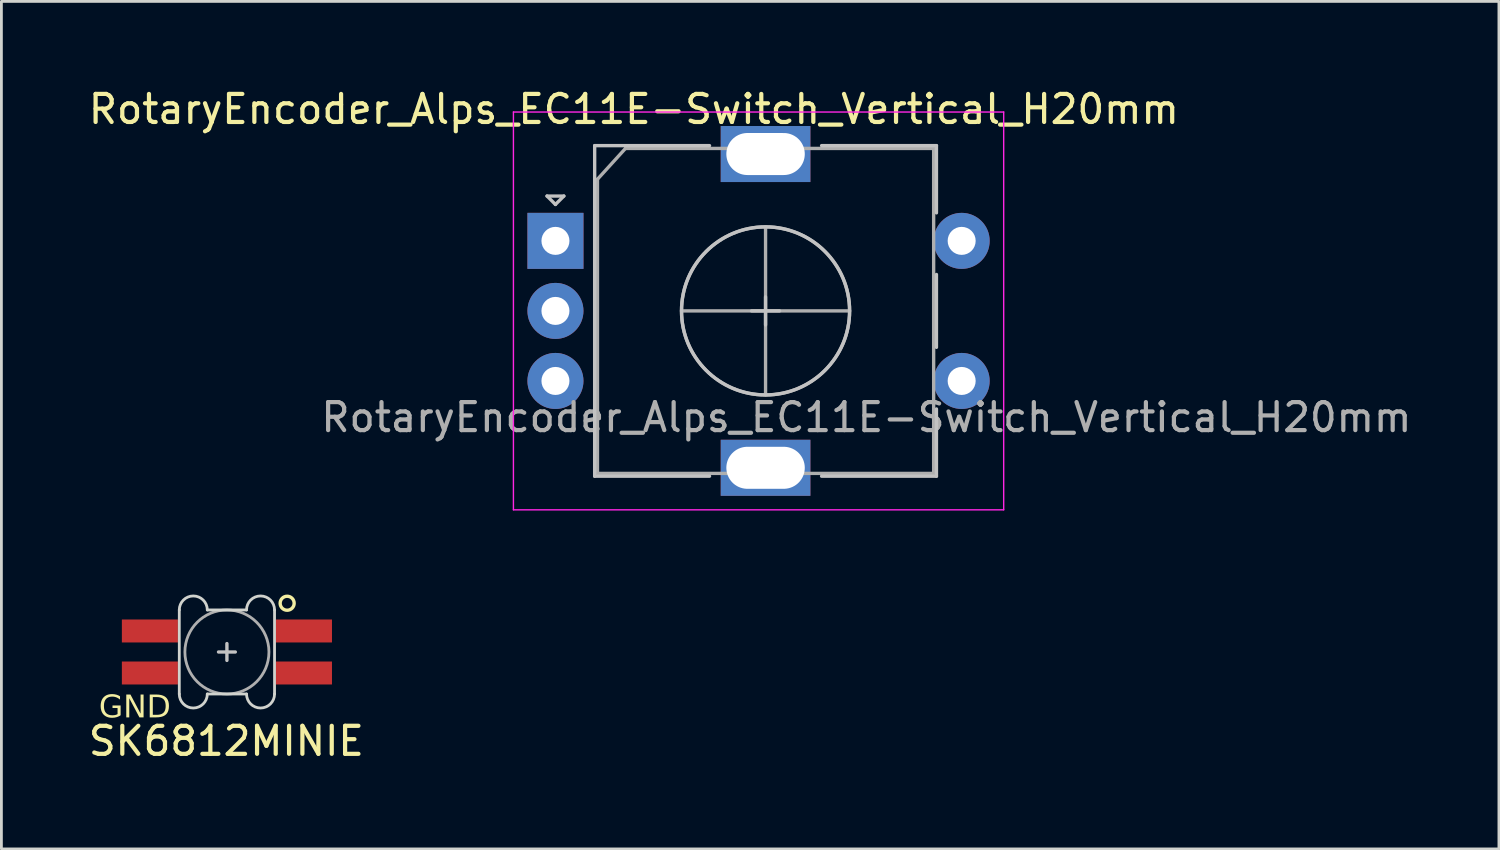
<source format=kicad_pcb>
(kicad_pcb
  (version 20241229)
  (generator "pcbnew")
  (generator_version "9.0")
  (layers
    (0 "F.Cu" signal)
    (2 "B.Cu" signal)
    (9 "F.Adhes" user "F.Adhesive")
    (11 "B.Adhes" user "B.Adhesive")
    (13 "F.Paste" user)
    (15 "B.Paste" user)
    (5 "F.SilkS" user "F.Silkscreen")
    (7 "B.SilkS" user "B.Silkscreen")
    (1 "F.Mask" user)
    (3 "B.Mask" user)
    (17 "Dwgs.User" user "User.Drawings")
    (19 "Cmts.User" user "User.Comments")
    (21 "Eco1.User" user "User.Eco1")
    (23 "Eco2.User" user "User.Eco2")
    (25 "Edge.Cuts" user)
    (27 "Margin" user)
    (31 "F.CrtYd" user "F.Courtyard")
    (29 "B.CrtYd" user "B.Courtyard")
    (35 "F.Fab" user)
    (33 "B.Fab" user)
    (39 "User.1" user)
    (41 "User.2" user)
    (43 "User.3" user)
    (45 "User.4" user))
  (footprint "RotaryEncoder_Alps_EC11E-Switch_Vertical_H20mm"
    (layer "F.Cu")
    (at 16.777 5.548)
    (property "Reference" "RotaryEncoder_Alps_EC11E-Switch_Vertical_H20mm" (at 2.8 -4.7 0) (layer "F.SilkS") (effects (font (size 1 1) (thickness 0.15))))
    (attr through_hole)
    (fp_line (start -0.3 -1.6) (end 0.3 -1.6) (stroke (width 0.12) (type solid)) (layer "Dwgs.User"))
    (fp_line (start 0 -1.3) (end -0.3 -1.6) (stroke (width 0.12) (type solid)) (layer "Dwgs.User"))
    (fp_line (start 0.3 -1.6) (end 0 -1.3) (stroke (width 0.12) (type solid)) (layer "Dwgs.User"))
    (fp_line (start 1.4 -3.4) (end 1.4 8.4) (stroke (width 0.12) (type solid)) (layer "Dwgs.User"))
    (fp_line (start 5.5 -3.4) (end 1.4 -3.4) (stroke (width 0.12) (type solid)) (layer "Dwgs.User"))
    (fp_line (start 5.5 8.4) (end 1.4 8.4) (stroke (width 0.12) (type solid)) (layer "Dwgs.User"))
    (fp_line (start 7 2.5) (end 8 2.5) (stroke (width 0.12) (type solid)) (layer "Dwgs.User"))
    (fp_line (start 7.5 2) (end 7.5 3) (stroke (width 0.12) (type solid)) (layer "Dwgs.User"))
    (fp_line (start 9.5 -3.4) (end 13.6 -3.4) (stroke (width 0.12) (type solid)) (layer "Dwgs.User"))
    (fp_line (start 13.6 -3.4) (end 13.6 -1) (stroke (width 0.12) (type solid)) (layer "Dwgs.User"))
    (fp_line (start 13.6 1.2) (end 13.6 3.8) (stroke (width 0.12) (type solid)) (layer "Dwgs.User"))
    (fp_line (start 13.6 6) (end 13.6 8.4) (stroke (width 0.12) (type solid)) (layer "Dwgs.User"))
    (fp_line (start 13.6 8.4) (end 9.5 8.4) (stroke (width 0.12) (type solid)) (layer "Dwgs.User"))
    (fp_circle (center 7.5 2.5) (end 10.5 2.5) (stroke (width 0.12) (type solid)) (fill no) (layer "Dwgs.User"))
    (fp_line (start -1.5 -4.6) (end -1.5 9.6) (stroke (width 0.05) (type solid)) (layer "F.CrtYd"))
    (fp_line (start -1.5 -4.6) (end 16 -4.6) (stroke (width 0.05) (type solid)) (layer "F.CrtYd"))
    (fp_line (start 16 9.6) (end -1.5 9.6) (stroke (width 0.05) (type solid)) (layer "F.CrtYd"))
    (fp_line (start 16 9.6) (end 16 -4.6) (stroke (width 0.05) (type solid)) (layer "F.CrtYd"))
    (fp_line (start 1.5 -2.2) (end 2.5 -3.3) (stroke (width 0.12) (type solid)) (layer "F.Fab"))
    (fp_line (start 1.5 8.3) (end 1.5 -2.2) (stroke (width 0.12) (type solid)) (layer "F.Fab"))
    (fp_line (start 2.5 -3.3) (end 13.5 -3.3) (stroke (width 0.12) (type solid)) (layer "F.Fab"))
    (fp_line (start 4.5 2.5) (end 10.5 2.5) (stroke (width 0.12) (type solid)) (layer "F.Fab"))
    (fp_line (start 7.5 -0.5) (end 7.5 5.5) (stroke (width 0.12) (type solid)) (layer "F.Fab"))
    (fp_line (start 13.5 -3.3) (end 13.5 8.3) (stroke (width 0.12) (type solid)) (layer "F.Fab"))
    (fp_line (start 13.5 8.3) (end 1.5 8.3) (stroke (width 0.12) (type solid)) (layer "F.Fab"))
    (fp_circle (center 7.5 2.5) (end 10.5 2.5) (stroke (width 0.12) (type solid)) (fill no) (layer "F.Fab"))
    (fp_text user "${REFERENCE}" (at 11.1 6.3 0) (layer "F.Fab") (effects (font (size 1 1) (thickness 0.15))))
    (pad "A" thru_hole rect (at 0 0) (size 2 2) (drill 1) (layers "*.Cu" "*.Mask"))
    (pad "B" thru_hole circle (at 0 5) (size 2 2) (drill 1) (layers "*.Cu" "*.Mask"))
    (pad "C" thru_hole circle (at 0 2.5) (size 2 2) (drill 1) (layers "*.Cu" "*.Mask"))
    (pad "MP" thru_hole rect (at 7.5 -3.1) (size 3.2 2) (drill oval 2.8 1.5) (layers "*.Cu" "*.Mask"))
    (pad "MP" thru_hole rect (at 7.5 8.1) (size 3.2 2) (drill oval 2.8 1.5) (layers "*.Cu" "*.Mask"))
    (pad "S1" thru_hole circle (at 14.5 5) (size 2 2) (drill 1) (layers "*.Cu" "*.Mask"))
    (pad "S2" thru_hole circle (at 14.5 0) (size 2 2) (drill 1) (layers "*.Cu" "*.Mask")))
  (footprint "SK6812MINIE"
    (layer "F.Cu")
    (at 5.05 20.223)
    (property "Reference" "SK6812MINIE" (at -0.02 3.18 0) (layer "F.SilkS") (effects (font (size 1 1) (thickness 0.15))))
    (attr smd)
    (fp_poly (pts (xy -1.7 1.11) (xy -3.3 1.11) (xy -3.7 0.725) (xy -3.7 0.39) (xy -1.7 0.39)) (stroke (width 0.1) (type solid)) (fill yes) (layer "F.Mask"))
    (fp_circle (center 2.15 -1.74) (end 2.3 -1.94) (stroke (width 0.12) (type solid)) (fill no) (layer "F.SilkS"))
    (fp_poly (pts (xy -1.7 1.11) (xy -3.3 1.11) (xy -3.7 0.725) (xy -3.7 0.39) (xy -1.7 0.39)) (stroke (width 0.1) (type solid)) (fill yes) (layer "F.Paste"))
    (fp_line (start -0.3 0) (end 0.3 0) (stroke (width 0.12) (type solid)) (layer "Dwgs.User"))
    (fp_line (start 0 0.3) (end 0 -0.3) (stroke (width 0.12) (type solid)) (layer "Dwgs.User"))
    (fp_line (start -1.7 -1.5) (end -1.7 1.5) (stroke (width 0.1) (type solid)) (layer "Edge.Cuts"))
    (fp_line (start -0.7 -1.5) (end 0.7 -1.5) (stroke (width 0.1) (type solid)) (layer "Edge.Cuts"))
    (fp_line (start -0.7 1.5) (end 0.7 1.5) (stroke (width 0.1) (type solid)) (layer "Edge.Cuts"))
    (fp_line (start 1.7 1.5) (end 1.7 -1.5) (stroke (width 0.1) (type solid)) (layer "Edge.Cuts"))
    (fp_arc (start -1.7 -1.5) (mid -1.2 -2) (end -0.7 -1.5) (stroke (width 0.1) (type solid)) (layer "Edge.Cuts"))
    (fp_arc (start -0.7 1.5) (mid -1.2 2) (end -1.7 1.5) (stroke (width 0.1) (type solid)) (layer "Edge.Cuts"))
    (fp_arc (start 0.7 -1.5) (mid 1.2 -2) (end 1.7 -1.5) (stroke (width 0.1) (type solid)) (layer "Edge.Cuts"))
    (fp_arc (start 1.7 1.5) (mid 1.2 2) (end 0.7 1.5) (stroke (width 0.1) (type solid)) (layer "Edge.Cuts"))
    (fp_circle (center 0 0) (end 0 -1.5) (stroke (width 0.1) (type solid)) (fill no) (layer "F.Fab"))
    (fp_text user "GND" (at -4.57 2.47 0) (unlocked yes) (layer "F.SilkS") (effects (font (face "Fira Sans") (size 0.8 0.8) (thickness 0.1)) (justify left bottom)))
    (pad "1" smd rect (at -2.75 0.75) (size 2 0.82) (layers "F.Cu"))
    (pad "2" smd rect (at -2.75 -0.75 180) (size 2 0.82) (layers "F.Cu" "F.Mask" "F.Paste"))
    (pad "3" smd rect (at 2.75 -0.75 180) (size 2 0.82) (layers "F.Cu" "F.Mask" "F.Paste"))
    (pad "4" smd rect (at 2.75 0.75) (size 2 0.82) (layers "F.Cu" "F.Mask" "F.Paste")))
  (gr_rect
    (start -3 -3)
    (end 50.455 27.252)
    (stroke (width 0.1) (type default))
    (fill no)
    (layer "Edge.Cuts")))
</source>
